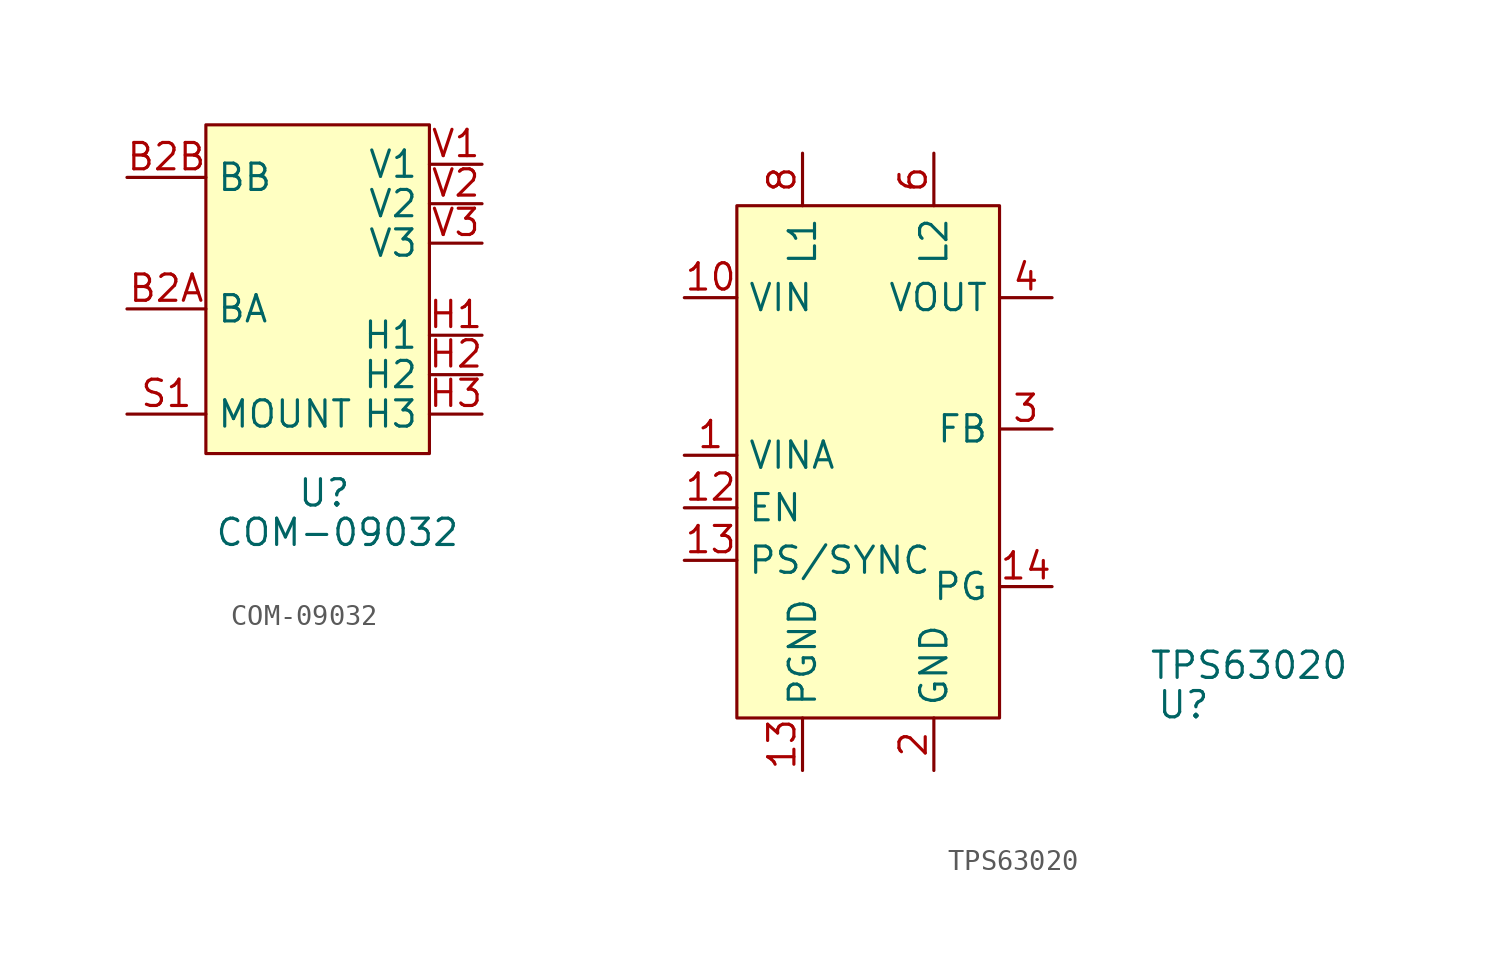
<source format=kicad_sym>
(kicad_symbol_lib
  (version 20211014)
  (generator kicad_symbol_editor)
  (symbol "COM-09032"
    (property "Reference" "U"
      (at 0 -10.795 0)
      (effects (font (size 1.27 1.27))))
    (property "Value" "COM-09032"
      (at 0.635 -12.7 0)
      (effects (font (size 1.27 1.27))))
    (symbol "COM-09032_0_1"
      (rectangle (start -5.715 6.985) (end 5.08 -8.89) (stroke (width 0) (type default) (color 0 0 0 0)) (fill (type background))))
    (symbol "COM-09032_1_1"
      (pin input line (at -9.525 -1.905 0) (length 3.81) hide (name "S2" (effects (font (size 1.27 1.27)))) (number "B1A" (effects (font (size 1.27 1.27)))))
      (pin input line (at -9.525 4.445 0) (length 3.81) hide (name "S1" (effects (font (size 1.27 1.27)))) (number "B1B" (effects (font (size 1.27 1.27)))))
      (pin input line (at -9.525 -1.905 0) (length 3.81) (name "BA" (effects (font (size 1.27 1.27)))) (number "B2A" (effects (font (size 1.27 1.27)))))
      (pin input line (at -9.525 4.445 0) (length 3.81) (name "BB" (effects (font (size 1.27 1.27)))) (number "B2B" (effects (font (size 1.27 1.27)))))
      (pin input line (at 7.62 -3.175 180) (length 2.54) (name "H1" (effects (font (size 1.27 1.27)))) (number "H1" (effects (font (size 1.27 1.27)))))
      (pin input line (at 7.62 -5.08 180) (length 2.54) (name "H2" (effects (font (size 1.27 1.27)))) (number "H2" (effects (font (size 1.27 1.27)))))
      (pin input line (at 7.62 -6.985 180) (length 2.54) (name "H3" (effects (font (size 1.27 1.27)))) (number "H3" (effects (font (size 1.27 1.27)))))
      (pin passive line (at -9.525 -6.985 0) (length 3.81) (name "MOUNT" (effects (font (size 1.27 1.27)))) (number "S1" (effects (font (size 1.27 1.27)))))
      (pin passive line (at -9.525 -6.985 0) (length 3.81) hide (name "MOUNT" (effects (font (size 1.27 1.27)))) (number "S2" (effects (font (size 1.27 1.27)))))
      (pin passive line (at -9.525 -6.985 0) (length 3.81) hide (name "MOUNT" (effects (font (size 1.27 1.27)))) (number "S3" (effects (font (size 1.27 1.27)))))
      (pin passive line (at -9.525 -6.985 0) (length 3.81) hide (name "MOUNT" (effects (font (size 1.27 1.27)))) (number "S4" (effects (font (size 1.27 1.27)))))
      (pin input line (at 7.62 5.08 180) (length 2.54) (name "V1" (effects (font (size 1.27 1.27)))) (number "V1" (effects (font (size 1.27 1.27)))))
      (pin input line (at 7.62 3.175 180) (length 2.54) (name "V2" (effects (font (size 1.27 1.27)))) (number "V2" (effects (font (size 1.27 1.27)))))
      (pin input line (at 7.62 1.27 180) (length 2.54) (name "V3" (effects (font (size 1.27 1.27)))) (number "V3" (effects (font (size 1.27 1.27)))))))
  (symbol "TPS63020"
    (property "Reference" "U"
      (at 15.24 -13.335 0)
      (effects (font (size 1.27 1.27))))
    (property "Value" "TPS63020"
      (at 18.415 -11.43 0)
      (effects (font (size 1.27 1.27))))
    (symbol "TPS63020_0_1"
      (rectangle (start -6.35 10.795) (end 6.35 -13.97) (stroke (width 0) (type default) (color 0 0 0 0)) (fill (type background))))
    (symbol "TPS63020_1_1"
      (pin input line (at -8.89 -1.27 0) (length 2.54) (name "VINA" (effects (font (size 1.27 1.27)))) (number "1" (effects (font (size 1.27 1.27)))))
      (pin input line (at -8.89 6.35 0) (length 2.54) (name "VIN" (effects (font (size 1.27 1.27)))) (number "10" (effects (font (size 1.27 1.27)))))
      (pin input line (at -8.89 6.35 0) (length 2.54) hide (name "VIN" (effects (font (size 1.27 1.27)))) (number "11" (effects (font (size 1.27 1.27)))))
      (pin input line (at -8.89 -3.81 0) (length 2.54) (name "EN" (effects (font (size 1.27 1.27)))) (number "12" (effects (font (size 1.27 1.27)))))
      (pin input line (at -3.175 -16.51 90) (length 2.54) (name "PGND" (effects (font (size 1.27 1.27)))) (number "13" (effects (font (size 1.27 1.27)))))
      (pin input line (at -8.89 -6.35 0) (length 2.54) (name "PS/SYNC" (effects (font (size 1.27 1.27)))) (number "13" (effects (font (size 1.27 1.27)))))
      (pin input line (at 8.89 -7.62 180) (length 2.54) (name "PG" (effects (font (size 1.27 1.27)))) (number "14" (effects (font (size 1.27 1.27)))))
      (pin input line (at 3.175 -16.51 90) (length 2.54) (name "GND" (effects (font (size 1.27 1.27)))) (number "2" (effects (font (size 1.27 1.27)))))
      (pin input line (at 8.89 0 180) (length 2.54) (name "FB" (effects (font (size 1.27 1.27)))) (number "3" (effects (font (size 1.27 1.27)))))
      (pin output line (at 8.89 6.35 180) (length 2.54) (name "VOUT" (effects (font (size 1.27 1.27)))) (number "4" (effects (font (size 1.27 1.27)))))
      (pin output line (at 8.89 6.35 180) (length 2.54) hide (name "VOUT" (effects (font (size 1.27 1.27)))) (number "5" (effects (font (size 1.27 1.27)))))
      (pin input line (at 3.175 13.335 270) (length 2.54) (name "L2" (effects (font (size 1.27 1.27)))) (number "6" (effects (font (size 1.27 1.27)))))
      (pin input line (at 3.175 13.335 270) (length 2.54) hide (name "L2" (effects (font (size 1.27 1.27)))) (number "7" (effects (font (size 1.27 1.27)))))
      (pin input line (at -3.175 13.335 270) (length 2.54) (name "L1" (effects (font (size 1.27 1.27)))) (number "8" (effects (font (size 1.27 1.27)))))
      (pin input line (at -3.175 13.335 270) (length 2.54) hide (name "L1" (effects (font (size 1.27 1.27)))) (number "9" (effects (font (size 1.27 1.27))))))))
</source>
